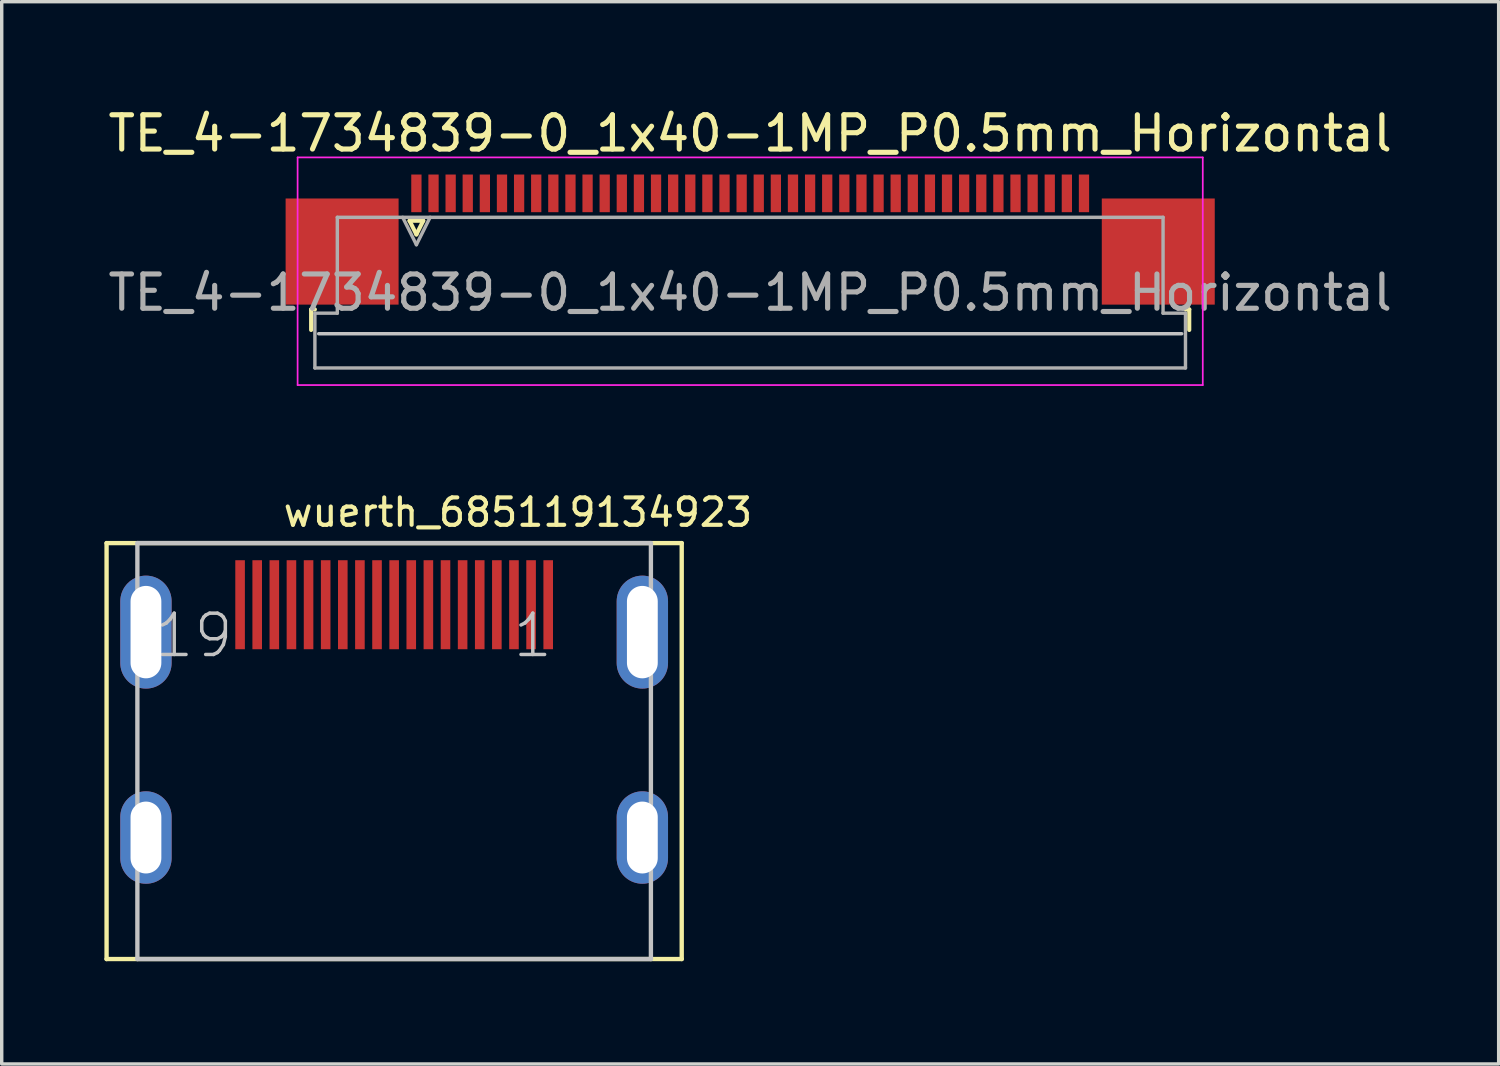
<source format=kicad_pcb>
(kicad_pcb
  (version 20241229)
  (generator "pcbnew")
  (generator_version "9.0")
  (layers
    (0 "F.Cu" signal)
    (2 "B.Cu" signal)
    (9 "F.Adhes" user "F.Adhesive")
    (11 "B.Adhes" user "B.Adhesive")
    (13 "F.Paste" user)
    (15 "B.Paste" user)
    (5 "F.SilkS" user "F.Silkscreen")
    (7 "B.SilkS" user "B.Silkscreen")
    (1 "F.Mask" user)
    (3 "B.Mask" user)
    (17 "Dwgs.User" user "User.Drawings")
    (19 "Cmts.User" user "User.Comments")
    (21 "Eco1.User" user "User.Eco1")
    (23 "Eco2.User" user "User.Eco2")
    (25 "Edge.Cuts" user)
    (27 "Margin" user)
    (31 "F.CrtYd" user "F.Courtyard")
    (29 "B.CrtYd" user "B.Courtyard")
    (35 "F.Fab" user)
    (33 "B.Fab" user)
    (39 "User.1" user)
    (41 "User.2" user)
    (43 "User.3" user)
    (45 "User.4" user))
  (footprint "wuerth_685119134923"
    (layer "F.Cu")
    (at 8.463 14.614)
    (property "Reference" "wuerth_685119134923" (at -3.302 -2.231 0) (layer "F.SilkS") (effects (font (size 0.8 0.8) (thickness 0.12)) (justify left bottom)))
    (attr through_hole)
    (fp_line (start -8.4 -1.8) (end 8.4 -1.8) (stroke (width 0.127) (type solid)) (layer "F.SilkS"))
    (fp_line (start -8.4 10.35) (end -8.4 -1.8) (stroke (width 0.127) (type solid)) (layer "F.SilkS"))
    (fp_line (start 8.4 -1.8) (end 8.4 10.35) (stroke (width 0.127) (type solid)) (layer "F.SilkS"))
    (fp_line (start 8.4 10.35) (end -8.4 10.35) (stroke (width 0.127) (type solid)) (layer "F.SilkS"))
    (fp_line (start -7.5 -1.8) (end 7.5 -1.8) (stroke (width 0.127) (type solid)) (layer "Dwgs.User"))
    (fp_line (start -7.5 10.35) (end -7.5 -1.8) (stroke (width 0.127) (type solid)) (layer "Dwgs.User"))
    (fp_line (start 7.5 -1.8) (end 7.5 10.35) (stroke (width 0.127) (type solid)) (layer "Dwgs.User"))
    (fp_line (start 7.5 10.35) (end -7.5 10.35) (stroke (width 0.127) (type solid)) (layer "Dwgs.User"))
    (fp_text user "19" (at -5.85 0.9 0) (layer "Dwgs.User") (effects (font (size 1.206 1.206) (thickness 0.102))))
    (fp_text user "1" (at 4.05 0.9 0) (layer "Dwgs.User") (effects (font (size 1.206 1.206) (thickness 0.102))))
    (pad "1" smd rect (at 4.5 0 180) (size 0.28 2.6) (layers "F.Cu" "F.Mask" "F.Paste"))
    (pad "2" smd rect (at 4 0 180) (size 0.28 2.6) (layers "F.Cu" "F.Mask" "F.Paste"))
    (pad "3" smd rect (at 3.5 0 180) (size 0.28 2.6) (layers "F.Cu" "F.Mask" "F.Paste"))
    (pad "4" smd rect (at 3 0 180) (size 0.28 2.6) (layers "F.Cu" "F.Mask" "F.Paste"))
    (pad "5" smd rect (at 2.5 0 180) (size 0.28 2.6) (layers "F.Cu" "F.Mask" "F.Paste"))
    (pad "6" smd rect (at 2 0 180) (size 0.28 2.6) (layers "F.Cu" "F.Mask" "F.Paste"))
    (pad "7" smd rect (at 1.5 0 180) (size 0.28 2.6) (layers "F.Cu" "F.Mask" "F.Paste"))
    (pad "8" smd rect (at 1 0 180) (size 0.28 2.6) (layers "F.Cu" "F.Mask" "F.Paste"))
    (pad "9" smd rect (at 0.5 0 180) (size 0.28 2.6) (layers "F.Cu" "F.Mask" "F.Paste"))
    (pad "10" smd rect (at 0 0 180) (size 0.28 2.6) (layers "F.Cu" "F.Mask" "F.Paste"))
    (pad "11" smd rect (at -0.5 0 180) (size 0.28 2.6) (layers "F.Cu" "F.Mask" "F.Paste"))
    (pad "12" smd rect (at -1 0 180) (size 0.28 2.6) (layers "F.Cu" "F.Mask" "F.Paste"))
    (pad "13" smd rect (at -1.5 0 180) (size 0.28 2.6) (layers "F.Cu" "F.Mask" "F.Paste"))
    (pad "14" smd rect (at -2 0 180) (size 0.28 2.6) (layers "F.Cu" "F.Mask" "F.Paste"))
    (pad "15" smd rect (at -2.5 0 180) (size 0.28 2.6) (layers "F.Cu" "F.Mask" "F.Paste"))
    (pad "16" smd rect (at -3 0 180) (size 0.28 2.6) (layers "F.Cu" "F.Mask" "F.Paste"))
    (pad "17" smd rect (at -3.5 0 180) (size 0.28 2.6) (layers "F.Cu" "F.Mask" "F.Paste"))
    (pad "18" smd rect (at -4 0 180) (size 0.28 2.6) (layers "F.Cu" "F.Mask" "F.Paste"))
    (pad "19" smd rect (at -4.5 0 180) (size 0.28 2.6) (layers "F.Cu" "F.Mask" "F.Paste"))
    (pad "SH" thru_hole oval (at -7.25 0.8 90) (size 3.3 1.5) (drill oval 2.7 0.9) (layers "*.Cu" "*.Mask"))
    (pad "SH" thru_hole oval (at -7.25 6.8 90) (size 2.7 1.5) (drill oval 2.1 0.9) (layers "*.Cu" "*.Mask"))
    (pad "SH" thru_hole oval (at 7.25 0.8 90) (size 3.3 1.5) (drill oval 2.7 0.9) (layers "*.Cu" "*.Mask"))
    (pad "SH" thru_hole oval (at 7.25 6.8 90) (size 2.7 1.5) (drill oval 2.1 0.9) (layers "*.Cu" "*.Mask")))
  (footprint "TE_4-1734839-0_1x40-1MP_P0.5mm_Horizontal"
    (layer "F.Cu")
    (at 18.863 3.948)
    (property "Reference" "TE_4-1734839-0_1x40-1MP_P0.5mm_Horizontal" (at 0 -3.1 0) (layer "F.SilkS") (effects (font (size 1 1) (thickness 0.15))))
    (attr smd)
    (fp_line (start -12.825 2.04) (end -12.825 2.64) (stroke (width 0.12) (type solid)) (layer "F.SilkS"))
    (fp_line (start -12.715 2.04) (end -12.825 2.04) (stroke (width 0.12) (type solid)) (layer "F.SilkS"))
    (fp_line (start -9.95 -0.55) (end -9.75 -0.15) (stroke (width 0.12) (type solid)) (layer "F.SilkS"))
    (fp_line (start -9.75 -0.15) (end -9.55 -0.55) (stroke (width 0.12) (type solid)) (layer "F.SilkS"))
    (fp_line (start -9.55 -0.55) (end -9.95 -0.55) (stroke (width 0.12) (type solid)) (layer "F.SilkS"))
    (fp_line (start 12.715 2.04) (end 12.825 2.04) (stroke (width 0.12) (type solid)) (layer "F.SilkS"))
    (fp_line (start 12.825 2.04) (end 12.825 2.64) (stroke (width 0.12) (type solid)) (layer "F.SilkS"))
    (fp_line (start 12.605 2.75) (end -12.605 2.75) (stroke (width 0.1) (type solid)) (layer "Dwgs.User"))
    (fp_line (start -13.22 -2.4) (end -13.22 4.25) (stroke (width 0.05) (type solid)) (layer "F.CrtYd"))
    (fp_line (start -13.22 4.25) (end 13.22 4.25) (stroke (width 0.05) (type solid)) (layer "F.CrtYd"))
    (fp_line (start 13.22 -2.4) (end -13.22 -2.4) (stroke (width 0.05) (type solid)) (layer "F.CrtYd"))
    (fp_line (start 13.22 4.25) (end 13.22 -2.4) (stroke (width 0.05) (type solid)) (layer "F.CrtYd"))
    (fp_line (start -12.715 2.15) (end -12.06 2.15) (stroke (width 0.1) (type solid)) (layer "F.Fab"))
    (fp_line (start -12.715 3.75) (end -12.715 2.15) (stroke (width 0.1) (type solid)) (layer "F.Fab"))
    (fp_line (start -12.06 -0.65) (end 12.06 -0.65) (stroke (width 0.1) (type solid)) (layer "F.Fab"))
    (fp_line (start -12.06 2.15) (end -12.06 -0.65) (stroke (width 0.1) (type solid)) (layer "F.Fab"))
    (fp_line (start -10.15 -0.65) (end -9.75 0.15) (stroke (width 0.1) (type solid)) (layer "F.Fab"))
    (fp_line (start -9.75 0.15) (end -9.35 -0.65) (stroke (width 0.1) (type solid)) (layer "F.Fab"))
    (fp_line (start 12.06 -0.65) (end 12.06 2.15) (stroke (width 0.1) (type solid)) (layer "F.Fab"))
    (fp_line (start 12.06 2.15) (end 12.715 2.15) (stroke (width 0.1) (type solid)) (layer "F.Fab"))
    (fp_line (start 12.715 2.15) (end 12.715 3.75) (stroke (width 0.1) (type solid)) (layer "F.Fab"))
    (fp_line (start 12.715 3.75) (end -12.715 3.75) (stroke (width 0.1) (type solid)) (layer "F.Fab"))
    (fp_text user "${REFERENCE}" (at 0 1.55 0) (layer "F.Fab") (effects (font (size 1 1) (thickness 0.15))))
    (pad "1" smd rect (at -9.75 -1.35) (size 0.3 1.1) (layers "F.Cu" "F.Mask" "F.Paste"))
    (pad "2" smd rect (at -9.25 -1.35) (size 0.3 1.1) (layers "F.Cu" "F.Mask" "F.Paste"))
    (pad "3" smd rect (at -8.75 -1.35) (size 0.3 1.1) (layers "F.Cu" "F.Mask" "F.Paste"))
    (pad "4" smd rect (at -8.25 -1.35) (size 0.3 1.1) (layers "F.Cu" "F.Mask" "F.Paste"))
    (pad "5" smd rect (at -7.75 -1.35) (size 0.3 1.1) (layers "F.Cu" "F.Mask" "F.Paste"))
    (pad "6" smd rect (at -7.25 -1.35) (size 0.3 1.1) (layers "F.Cu" "F.Mask" "F.Paste"))
    (pad "7" smd rect (at -6.75 -1.35) (size 0.3 1.1) (layers "F.Cu" "F.Mask" "F.Paste"))
    (pad "8" smd rect (at -6.25 -1.35) (size 0.3 1.1) (layers "F.Cu" "F.Mask" "F.Paste"))
    (pad "9" smd rect (at -5.75 -1.35) (size 0.3 1.1) (layers "F.Cu" "F.Mask" "F.Paste"))
    (pad "10" smd rect (at -5.25 -1.35) (size 0.3 1.1) (layers "F.Cu" "F.Mask" "F.Paste"))
    (pad "11" smd rect (at -4.75 -1.35) (size 0.3 1.1) (layers "F.Cu" "F.Mask" "F.Paste"))
    (pad "12" smd rect (at -4.25 -1.35) (size 0.3 1.1) (layers "F.Cu" "F.Mask" "F.Paste"))
    (pad "13" smd rect (at -3.75 -1.35) (size 0.3 1.1) (layers "F.Cu" "F.Mask" "F.Paste"))
    (pad "14" smd rect (at -3.25 -1.35) (size 0.3 1.1) (layers "F.Cu" "F.Mask" "F.Paste"))
    (pad "15" smd rect (at -2.75 -1.35) (size 0.3 1.1) (layers "F.Cu" "F.Mask" "F.Paste"))
    (pad "16" smd rect (at -2.25 -1.35) (size 0.3 1.1) (layers "F.Cu" "F.Mask" "F.Paste"))
    (pad "17" smd rect (at -1.75 -1.35) (size 0.3 1.1) (layers "F.Cu" "F.Mask" "F.Paste"))
    (pad "18" smd rect (at -1.25 -1.35) (size 0.3 1.1) (layers "F.Cu" "F.Mask" "F.Paste"))
    (pad "19" smd rect (at -0.75 -1.35) (size 0.3 1.1) (layers "F.Cu" "F.Mask" "F.Paste"))
    (pad "20" smd rect (at -0.25 -1.35) (size 0.3 1.1) (layers "F.Cu" "F.Mask" "F.Paste"))
    (pad "21" smd rect (at 0.25 -1.35) (size 0.3 1.1) (layers "F.Cu" "F.Mask" "F.Paste"))
    (pad "22" smd rect (at 0.75 -1.35) (size 0.3 1.1) (layers "F.Cu" "F.Mask" "F.Paste"))
    (pad "23" smd rect (at 1.25 -1.35) (size 0.3 1.1) (layers "F.Cu" "F.Mask" "F.Paste"))
    (pad "24" smd rect (at 1.75 -1.35) (size 0.3 1.1) (layers "F.Cu" "F.Mask" "F.Paste"))
    (pad "25" smd rect (at 2.25 -1.35) (size 0.3 1.1) (layers "F.Cu" "F.Mask" "F.Paste"))
    (pad "26" smd rect (at 2.75 -1.35) (size 0.3 1.1) (layers "F.Cu" "F.Mask" "F.Paste"))
    (pad "27" smd rect (at 3.25 -1.35) (size 0.3 1.1) (layers "F.Cu" "F.Mask" "F.Paste"))
    (pad "28" smd rect (at 3.75 -1.35) (size 0.3 1.1) (layers "F.Cu" "F.Mask" "F.Paste"))
    (pad "29" smd rect (at 4.25 -1.35) (size 0.3 1.1) (layers "F.Cu" "F.Mask" "F.Paste"))
    (pad "30" smd rect (at 4.75 -1.35) (size 0.3 1.1) (layers "F.Cu" "F.Mask" "F.Paste"))
    (pad "31" smd rect (at 5.25 -1.35) (size 0.3 1.1) (layers "F.Cu" "F.Mask" "F.Paste"))
    (pad "32" smd rect (at 5.75 -1.35) (size 0.3 1.1) (layers "F.Cu" "F.Mask" "F.Paste"))
    (pad "33" smd rect (at 6.25 -1.35) (size 0.3 1.1) (layers "F.Cu" "F.Mask" "F.Paste"))
    (pad "34" smd rect (at 6.75 -1.35) (size 0.3 1.1) (layers "F.Cu" "F.Mask" "F.Paste"))
    (pad "35" smd rect (at 7.25 -1.35) (size 0.3 1.1) (layers "F.Cu" "F.Mask" "F.Paste"))
    (pad "36" smd rect (at 7.75 -1.35) (size 0.3 1.1) (layers "F.Cu" "F.Mask" "F.Paste"))
    (pad "37" smd rect (at 8.25 -1.35) (size 0.3 1.1) (layers "F.Cu" "F.Mask" "F.Paste"))
    (pad "38" smd rect (at 8.75 -1.35) (size 0.3 1.1) (layers "F.Cu" "F.Mask" "F.Paste"))
    (pad "39" smd rect (at 9.25 -1.35) (size 0.3 1.1) (layers "F.Cu" "F.Mask" "F.Paste"))
    (pad "40" smd rect (at 9.75 -1.35) (size 0.3 1.1) (layers "F.Cu" "F.Mask" "F.Paste"))
    (pad "MP" smd rect (at -11.92 0.35) (size 3.3 3.1) (layers "F.Cu" "F.Mask" "F.Paste"))
    (pad "MP" smd rect (at 11.92 0.35) (size 3.3 3.1) (layers "F.Cu" "F.Mask" "F.Paste")))
  (gr_rect
    (start -3 -3)
    (end 40.726 28.028)
    (stroke (width 0.1) (type default))
    (fill no)
    (layer "Edge.Cuts")))
</source>
